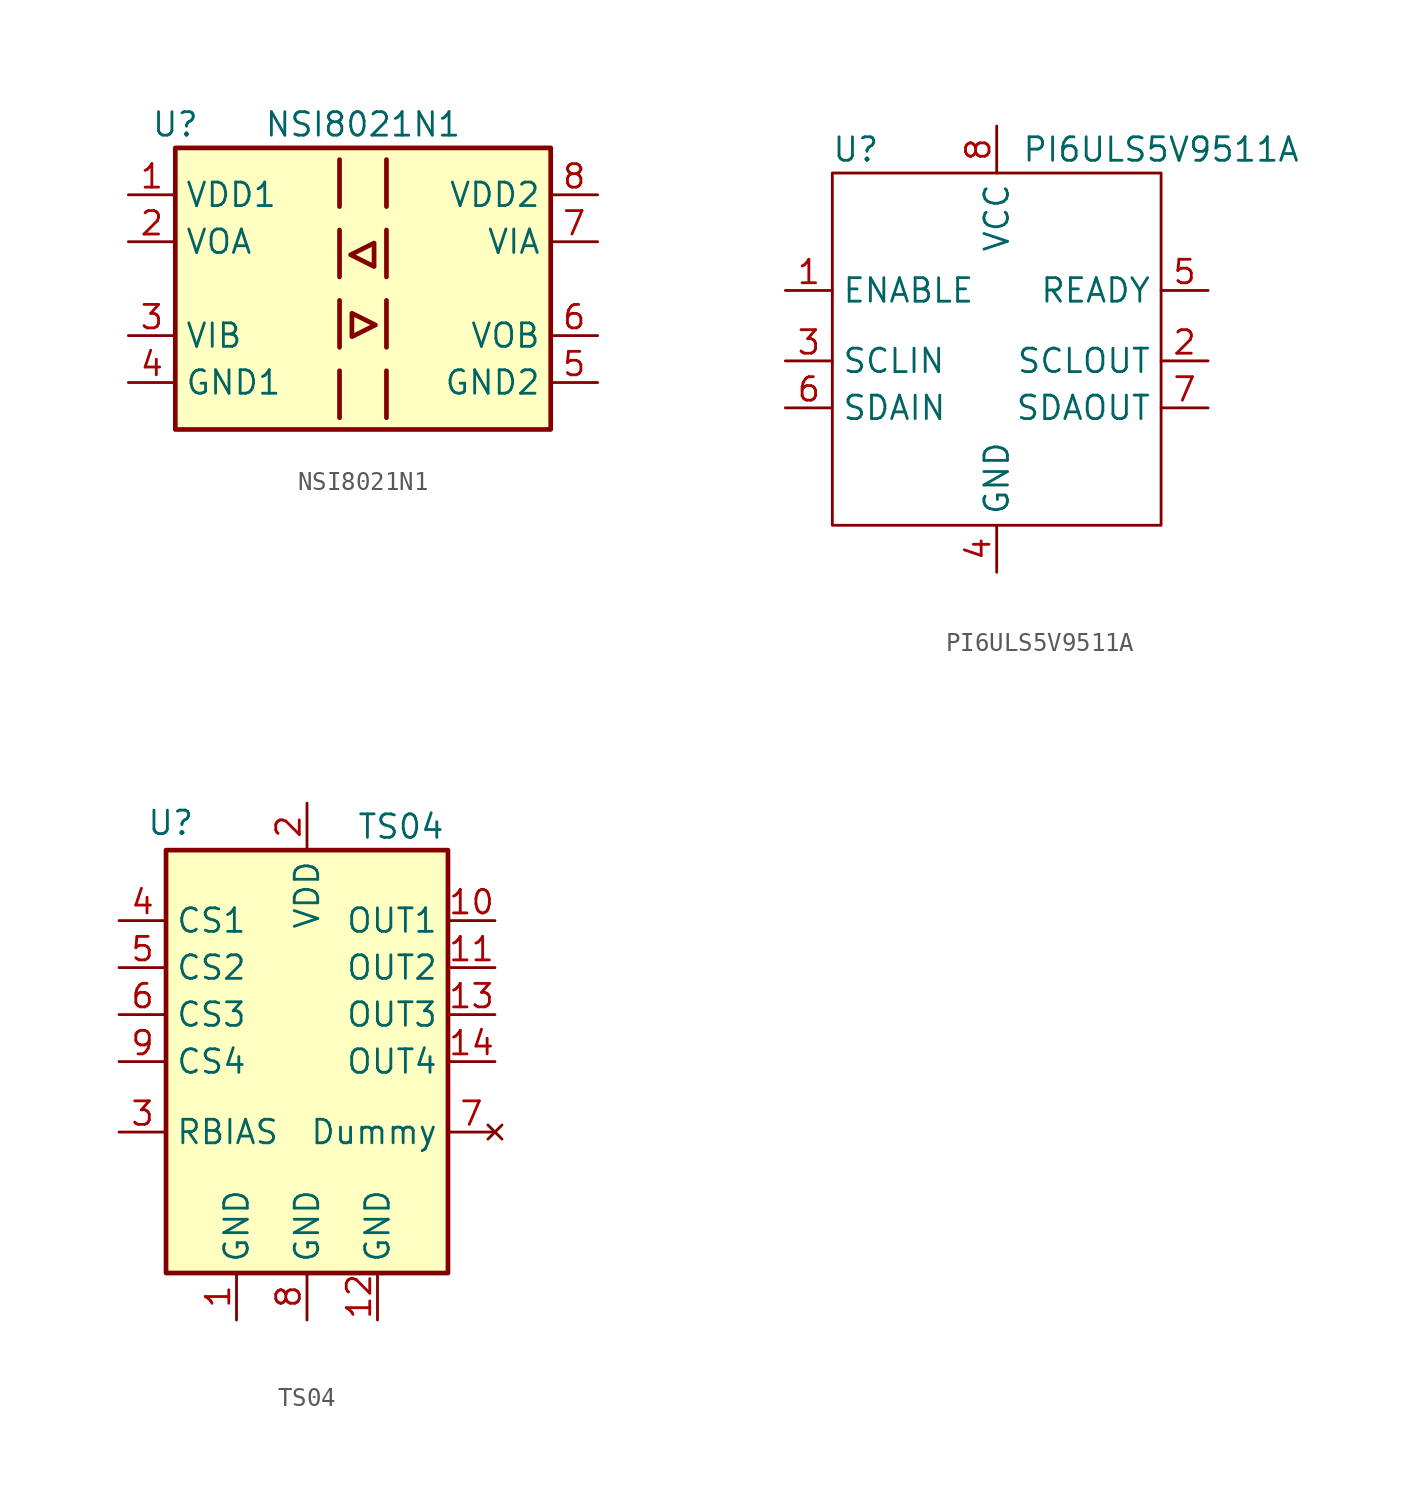
<source format=kicad_sym>
(kicad_symbol_lib
  (version 20211014)
  (generator kicad_symbol_editor)
  (symbol "NSI8021N1"
    (property "Reference" "U"
      (at -10.16 8.89 0)
      (effects (font (size 1.27 1.27))))
    (property "Value" "NSI8021N1"
      (at 0 8.89 0)
      (effects (font (size 1.27 1.27))))
    (symbol "NSI8021N1_0_1"
      (rectangle (start -10.16 7.62) (end 10.16 -7.62) (stroke (width 0.254) (type default) (color 0 0 0 0)) (fill (type background)))
      (polyline (pts (xy -1.27 -4.445) (xy -1.27 -6.985)) (stroke (width 0.254) (type default) (color 0 0 0 0)) (fill (type none)))
      (polyline (pts (xy -1.27 -0.635) (xy -1.27 -3.175)) (stroke (width 0.254) (type default) (color 0 0 0 0)) (fill (type none)))
      (polyline (pts (xy -1.27 3.175) (xy -1.27 0.635)) (stroke (width 0.254) (type default) (color 0 0 0 0)) (fill (type none)))
      (polyline (pts (xy -1.27 6.985) (xy -1.27 4.445)) (stroke (width 0.254) (type default) (color 0 0 0 0)) (fill (type none)))
      (polyline (pts (xy 1.27 -4.445) (xy 1.27 -6.985)) (stroke (width 0.254) (type default) (color 0 0 0 0)) (fill (type none)))
      (polyline (pts (xy 1.27 -0.635) (xy 1.27 -3.175)) (stroke (width 0.254) (type default) (color 0 0 0 0)) (fill (type none)))
      (polyline (pts (xy 1.27 3.175) (xy 1.27 0.635)) (stroke (width 0.254) (type default) (color 0 0 0 0)) (fill (type none)))
      (polyline (pts (xy 1.27 6.985) (xy 1.27 4.445)) (stroke (width 0.254) (type default) (color 0 0 0 0)) (fill (type none)))
      (polyline (pts (xy -0.6 -2.6) (xy 0.67 -1.965) (xy -0.6 -1.33) (xy -0.6 -2.6)) (stroke (width 0.254) (type default) (color 0 0 0 0)) (fill (type none)))
      (polyline (pts (xy 0.6 1.2) (xy 0.6 2.47) (xy -0.67 1.835) (xy 0.6 1.2)) (stroke (width 0.254) (type default) (color 0 0 0 0)) (fill (type none))))
    (symbol "NSI8021N1_1_1"
      (pin power_in line (at -12.7 5.08 0) (length 2.54) (name "VDD1" (effects (font (size 1.27 1.27)))) (number "1" (effects (font (size 1.27 1.27)))))
      (pin output line (at -12.7 2.54 0) (length 2.54) (name "VOA" (effects (font (size 1.27 1.27)))) (number "2" (effects (font (size 1.27 1.27)))))
      (pin input line (at -12.7 -2.54 0) (length 2.54) (name "VIB" (effects (font (size 1.27 1.27)))) (number "3" (effects (font (size 1.27 1.27)))))
      (pin power_in line (at -12.7 -5.08 0) (length 2.54) (name "GND1" (effects (font (size 1.27 1.27)))) (number "4" (effects (font (size 1.27 1.27)))))
      (pin power_in line (at 12.7 -5.08 180) (length 2.54) (name "GND2" (effects (font (size 1.27 1.27)))) (number "5" (effects (font (size 1.27 1.27)))))
      (pin output line (at 12.7 -2.54 180) (length 2.54) (name "VOB" (effects (font (size 1.27 1.27)))) (number "6" (effects (font (size 1.27 1.27)))))
      (pin input line (at 12.7 2.54 180) (length 2.54) (name "VIA" (effects (font (size 1.27 1.27)))) (number "7" (effects (font (size 1.27 1.27)))))
      (pin power_in line (at 12.7 5.08 180) (length 2.54) (name "VDD2" (effects (font (size 1.27 1.27)))) (number "8" (effects (font (size 1.27 1.27)))))))
  (symbol "PI6ULS5V9511A"
    (property "Reference" "U"
      (at -7.62 7.62 0)
      (effects (font (size 1.27 1.27))))
    (property "Value" "PI6ULS5V9511A"
      (at 8.89 7.62 0)
      (effects (font (size 1.27 1.27))))
    (symbol "PI6ULS5V9511A_0_1"
      (rectangle (start -8.89 6.35) (end 8.89 -12.7) (stroke (width 0) (type default) (color 0 0 0 0)) (fill (type none))))
    (symbol "PI6ULS5V9511A_1_1"
      (pin input line (at -11.43 0 0) (length 2.54) (name "ENABLE" (effects (font (size 1.27 1.27)))) (number "1" (effects (font (size 1.27 1.27)))))
      (pin output line (at 11.43 -3.81 180) (length 2.54) (name "SCLOUT" (effects (font (size 1.27 1.27)))) (number "2" (effects (font (size 1.27 1.27)))))
      (pin input line (at -11.43 -3.81 0) (length 2.54) (name "SCLIN" (effects (font (size 1.27 1.27)))) (number "3" (effects (font (size 1.27 1.27)))))
      (pin power_in line (at 0 -15.24 90) (length 2.54) (name "GND" (effects (font (size 1.27 1.27)))) (number "4" (effects (font (size 1.27 1.27)))))
      (pin unspecified line (at 11.43 0 180) (length 2.54) (name "READY" (effects (font (size 1.27 1.27)))) (number "5" (effects (font (size 1.27 1.27)))))
      (pin bidirectional line (at -11.43 -6.35 0) (length 2.54) (name "SDAIN" (effects (font (size 1.27 1.27)))) (number "6" (effects (font (size 1.27 1.27)))))
      (pin bidirectional line (at 11.43 -6.35 180) (length 2.54) (name "SDAOUT" (effects (font (size 1.27 1.27)))) (number "7" (effects (font (size 1.27 1.27)))))
      (pin power_in line (at 0 8.89 270) (length 2.54) (name "VCC" (effects (font (size 1.27 1.27)))) (number "8" (effects (font (size 1.27 1.27)))))))
  (symbol "TS04"
    (property "Reference" "U"
      (at -7.366 12.903 0)
      (effects (font (size 1.27 1.27))))
    (property "Value" "TS04"
      (at 5.08 12.7 0)
      (effects (font (size 1.27 1.27))))
    (symbol "TS04_0_1"
      (rectangle (start 7.62 11.43) (end -7.62 -11.43) (stroke (width 0.254) (type default) (color 0 0 0 0)) (fill (type background))))
    (symbol "TS04_1_1"
      (pin power_in line (at -3.81 -13.97 90) (length 2.54) (name "GND" (effects (font (size 1.27 1.27)))) (number "1" (effects (font (size 1.27 1.27)))))
      (pin output line (at 10.16 7.62 180) (length 2.54) (name "OUT1" (effects (font (size 1.27 1.27)))) (number "10" (effects (font (size 1.27 1.27)))))
      (pin output line (at 10.16 5.08 180) (length 2.54) (name "OUT2" (effects (font (size 1.27 1.27)))) (number "11" (effects (font (size 1.27 1.27)))))
      (pin power_in line (at 3.81 -13.97 90) (length 2.54) (name "GND" (effects (font (size 1.27 1.27)))) (number "12" (effects (font (size 1.27 1.27)))))
      (pin output line (at 10.16 2.54 180) (length 2.54) (name "OUT3" (effects (font (size 1.27 1.27)))) (number "13" (effects (font (size 1.27 1.27)))))
      (pin output line (at 10.16 0 180) (length 2.54) (name "OUT4" (effects (font (size 1.27 1.27)))) (number "14" (effects (font (size 1.27 1.27)))))
      (pin power_in line (at 0 13.97 270) (length 2.54) (name "VDD" (effects (font (size 1.27 1.27)))) (number "2" (effects (font (size 1.27 1.27)))))
      (pin input line (at -10.16 -3.81 0) (length 2.54) (name "RBIAS" (effects (font (size 1.27 1.27)))) (number "3" (effects (font (size 1.27 1.27)))))
      (pin input line (at -10.16 7.62 0) (length 2.54) (name "CS1" (effects (font (size 1.27 1.27)))) (number "4" (effects (font (size 1.27 1.27)))))
      (pin input line (at -10.16 5.08 0) (length 2.54) (name "CS2" (effects (font (size 1.27 1.27)))) (number "5" (effects (font (size 1.27 1.27)))))
      (pin input line (at -10.16 2.54 0) (length 2.54) (name "CS3" (effects (font (size 1.27 1.27)))) (number "6" (effects (font (size 1.27 1.27)))))
      (pin no_connect line (at 10.16 -3.81 180) (length 2.54) (name "Dummy" (effects (font (size 1.27 1.27)))) (number "7" (effects (font (size 1.27 1.27)))))
      (pin power_in line (at 0 -13.97 90) (length 2.54) (name "GND" (effects (font (size 1.27 1.27)))) (number "8" (effects (font (size 1.27 1.27)))))
      (pin input line (at -10.16 0 0) (length 2.54) (name "CS4" (effects (font (size 1.27 1.27)))) (number "9" (effects (font (size 1.27 1.27))))))))
</source>
